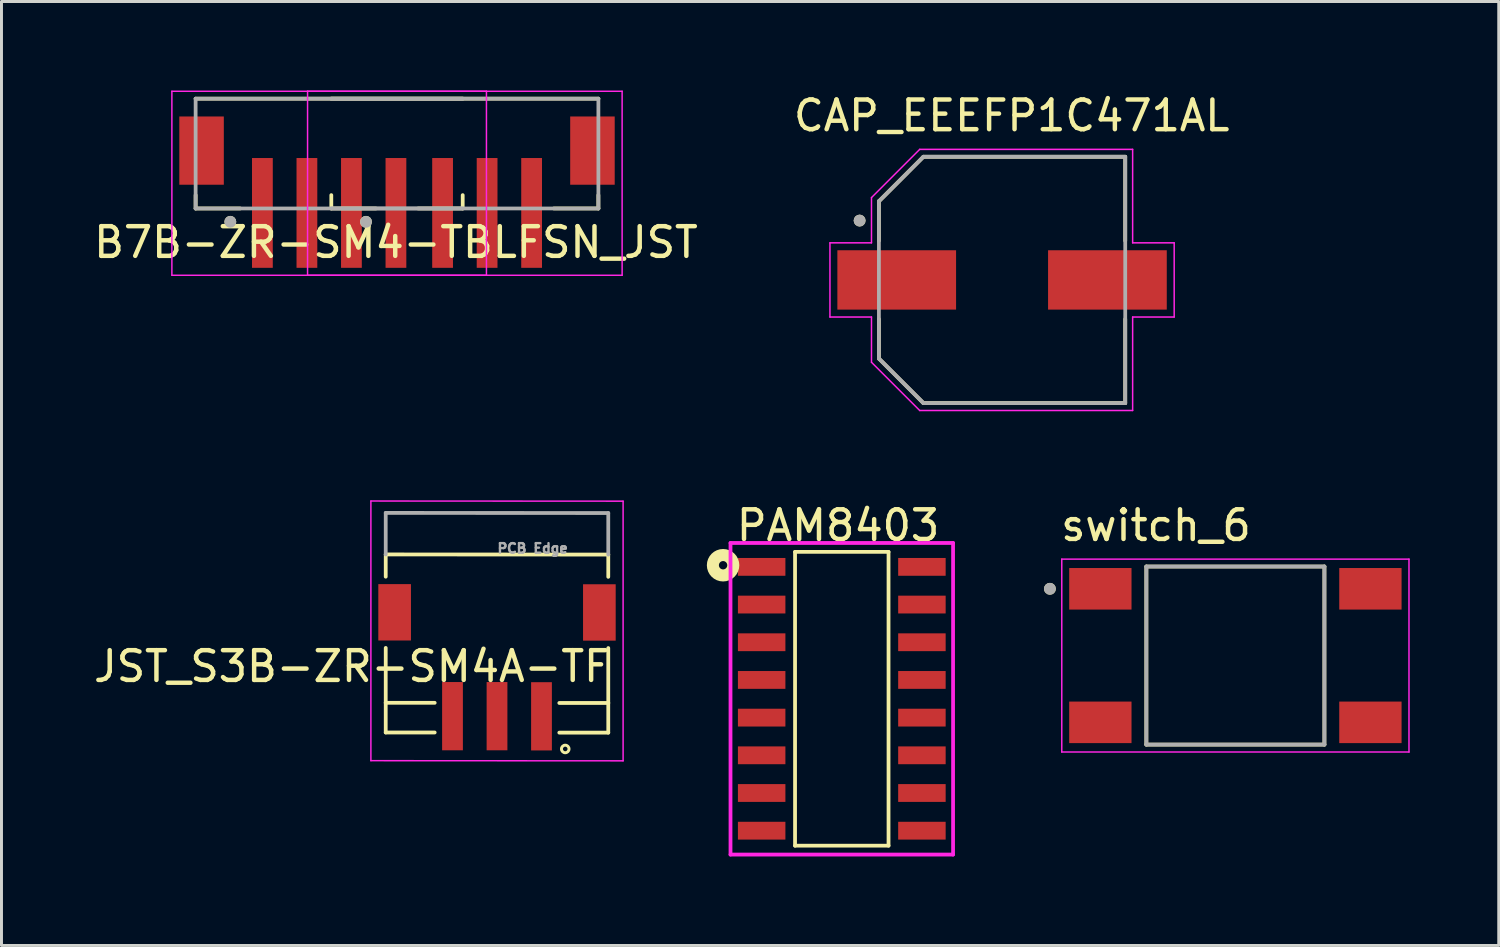
<source format=kicad_pcb>
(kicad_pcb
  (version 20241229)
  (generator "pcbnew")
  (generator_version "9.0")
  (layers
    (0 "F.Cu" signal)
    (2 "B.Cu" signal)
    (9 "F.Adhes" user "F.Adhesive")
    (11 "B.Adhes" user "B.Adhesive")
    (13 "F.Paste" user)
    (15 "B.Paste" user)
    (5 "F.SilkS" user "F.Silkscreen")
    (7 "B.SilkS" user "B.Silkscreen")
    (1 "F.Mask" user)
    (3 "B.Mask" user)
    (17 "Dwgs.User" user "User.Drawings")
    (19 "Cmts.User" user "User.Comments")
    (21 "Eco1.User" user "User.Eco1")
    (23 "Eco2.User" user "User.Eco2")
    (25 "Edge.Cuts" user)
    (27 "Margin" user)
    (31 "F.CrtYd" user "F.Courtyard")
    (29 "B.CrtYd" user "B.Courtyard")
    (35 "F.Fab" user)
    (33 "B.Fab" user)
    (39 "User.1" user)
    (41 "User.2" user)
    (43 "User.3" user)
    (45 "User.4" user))
  (footprint "PAM8403"
    (layer "F.Cu")
    (at 25.316 20.497)
    (property "Reference" "PAM8403" (at -0.125 -5.84 0) (layer "F.SilkS") (effects (font (size 1.001 1.001) (thickness 0.15))))
    (attr smd)
    (fp_line (start -1.575 -4.95) (end -1.575 4.95) (stroke (width 0.127) (type solid)) (layer "F.SilkS"))
    (fp_line (start -1.575 4.95) (end 1.575 4.95) (stroke (width 0.127) (type solid)) (layer "F.SilkS"))
    (fp_line (start 1.575 -4.95) (end -1.575 -4.95) (stroke (width 0.127) (type solid)) (layer "F.SilkS"))
    (fp_line (start 1.575 4.95) (end 1.575 -4.95) (stroke (width 0.127) (type solid)) (layer "F.SilkS"))
    (fp_circle (center -4 -4.5) (end -3.859 -4.5) (stroke (width 0.406) (type solid)) (fill no) (layer "F.SilkS"))
    (fp_line (start -3.75 -5.25) (end 3.75 -5.25) (stroke (width 0.127) (type solid)) (layer "F.CrtYd"))
    (fp_line (start -3.75 5.25) (end -3.75 -5.25) (stroke (width 0.127) (type solid)) (layer "F.CrtYd"))
    (fp_line (start 3.75 -5.25) (end 3.75 5.25) (stroke (width 0.127) (type solid)) (layer "F.CrtYd"))
    (fp_line (start 3.75 5.25) (end -3.75 5.25) (stroke (width 0.127) (type solid)) (layer "F.CrtYd"))
    (pad "1" smd rect (at -2.7 -4.445) (size 1.6 0.6) (layers "F.Cu" "F.Mask" "F.Paste"))
    (pad "2" smd rect (at -2.7 -3.175) (size 1.6 0.6) (layers "F.Cu" "F.Mask" "F.Paste"))
    (pad "3" smd rect (at -2.7 -1.905) (size 1.6 0.6) (layers "F.Cu" "F.Mask" "F.Paste"))
    (pad "4" smd rect (at -2.7 -0.635) (size 1.6 0.6) (layers "F.Cu" "F.Mask" "F.Paste"))
    (pad "5" smd rect (at -2.7 0.635) (size 1.6 0.6) (layers "F.Cu" "F.Mask" "F.Paste"))
    (pad "6" smd rect (at -2.7 1.905) (size 1.6 0.6) (layers "F.Cu" "F.Mask" "F.Paste"))
    (pad "7" smd rect (at -2.7 3.175) (size 1.6 0.6) (layers "F.Cu" "F.Mask" "F.Paste"))
    (pad "8" smd rect (at -2.7 4.445) (size 1.6 0.6) (layers "F.Cu" "F.Mask" "F.Paste"))
    (pad "9" smd rect (at 2.7 4.445) (size 1.6 0.6) (layers "F.Cu" "F.Mask" "F.Paste"))
    (pad "10" smd rect (at 2.7 3.175) (size 1.6 0.6) (layers "F.Cu" "F.Mask" "F.Paste"))
    (pad "11" smd rect (at 2.7 1.905) (size 1.6 0.6) (layers "F.Cu" "F.Mask" "F.Paste"))
    (pad "12" smd rect (at 2.7 0.635) (size 1.6 0.6) (layers "F.Cu" "F.Mask" "F.Paste"))
    (pad "13" smd rect (at 2.7 -0.635) (size 1.6 0.6) (layers "F.Cu" "F.Mask" "F.Paste"))
    (pad "14" smd rect (at 2.7 -1.905) (size 1.6 0.6) (layers "F.Cu" "F.Mask" "F.Paste"))
    (pad "15" smd rect (at 2.7 -3.175) (size 1.6 0.6) (layers "F.Cu" "F.Mask" "F.Paste"))
    (pad "16" smd rect (at 2.7 -4.445) (size 1.6 0.6) (layers "F.Cu" "F.Mask" "F.Paste")))
  (footprint "CAP_EEEFP1C471AL"
    (layer "F.Cu")
    (at 30.717 6.383)
    (property "Reference" "CAP_EEEFP1C471AL" (at 0.325 -5.535 0) (layer "F.SilkS") (effects (font (size 1 1) (thickness 0.15))))
    (attr smd)
    (fp_line (start -4.15 -2.65) (end -4.15 -1.32) (stroke (width 0.127) (type solid)) (layer "F.SilkS"))
    (fp_line (start -4.15 1.32) (end -4.15 2.65) (stroke (width 0.127) (type solid)) (layer "F.SilkS"))
    (fp_line (start -4.15 2.65) (end -2.65 4.15) (stroke (width 0.127) (type solid)) (layer "F.SilkS"))
    (fp_line (start -2.65 -4.15) (end -4.15 -2.65) (stroke (width 0.127) (type solid)) (layer "F.SilkS"))
    (fp_line (start -2.65 4.15) (end 4.15 4.15) (stroke (width 0.127) (type solid)) (layer "F.SilkS"))
    (fp_line (start 4.15 -4.15) (end -2.65 -4.15) (stroke (width 0.127) (type solid)) (layer "F.SilkS"))
    (fp_line (start 4.15 -1.32) (end 4.15 -4.15) (stroke (width 0.127) (type solid)) (layer "F.SilkS"))
    (fp_line (start 4.15 4.15) (end 4.15 1.32) (stroke (width 0.127) (type solid)) (layer "F.SilkS"))
    (fp_circle (center -4.8 -2) (end -4.7 -2) (stroke (width 0.2) (type solid)) (fill no) (layer "F.SilkS"))
    (fp_line (start -5.8 -1.25) (end -4.4 -1.25) (stroke (width 0.05) (type solid)) (layer "F.CrtYd"))
    (fp_line (start -5.8 1.25) (end -5.8 -1.25) (stroke (width 0.05) (type solid)) (layer "F.CrtYd"))
    (fp_line (start -4.4 -2.775) (end -2.775 -4.4) (stroke (width 0.05) (type solid)) (layer "F.CrtYd"))
    (fp_line (start -4.4 -1.25) (end -4.4 -2.775) (stroke (width 0.05) (type solid)) (layer "F.CrtYd"))
    (fp_line (start -4.4 1.25) (end -5.8 1.25) (stroke (width 0.05) (type solid)) (layer "F.CrtYd"))
    (fp_line (start -4.4 2.775) (end -4.4 1.25) (stroke (width 0.05) (type solid)) (layer "F.CrtYd"))
    (fp_line (start -2.775 -4.4) (end 4.4 -4.4) (stroke (width 0.05) (type solid)) (layer "F.CrtYd"))
    (fp_line (start -2.775 4.4) (end -4.4 2.775) (stroke (width 0.05) (type solid)) (layer "F.CrtYd"))
    (fp_line (start 4.4 -4.4) (end 4.4 -1.25) (stroke (width 0.05) (type solid)) (layer "F.CrtYd"))
    (fp_line (start 4.4 -1.25) (end 5.8 -1.25) (stroke (width 0.05) (type solid)) (layer "F.CrtYd"))
    (fp_line (start 4.4 1.25) (end 4.4 4.4) (stroke (width 0.05) (type solid)) (layer "F.CrtYd"))
    (fp_line (start 4.4 4.4) (end -2.775 4.4) (stroke (width 0.05) (type solid)) (layer "F.CrtYd"))
    (fp_line (start 5.8 -1.25) (end 5.8 1.25) (stroke (width 0.05) (type solid)) (layer "F.CrtYd"))
    (fp_line (start 5.8 1.25) (end 4.4 1.25) (stroke (width 0.05) (type solid)) (layer "F.CrtYd"))
    (fp_line (start -4.15 -2.65) (end -4.15 2.65) (stroke (width 0.127) (type solid)) (layer "F.Fab"))
    (fp_line (start -4.15 2.65) (end -2.65 4.15) (stroke (width 0.127) (type solid)) (layer "F.Fab"))
    (fp_line (start -2.65 -4.15) (end -4.15 -2.65) (stroke (width 0.127) (type solid)) (layer "F.Fab"))
    (fp_line (start -2.65 4.15) (end 4.15 4.15) (stroke (width 0.127) (type solid)) (layer "F.Fab"))
    (fp_line (start 4.15 -4.15) (end -2.65 -4.15) (stroke (width 0.127) (type solid)) (layer "F.Fab"))
    (fp_line (start 4.15 4.15) (end 4.15 -4.15) (stroke (width 0.127) (type solid)) (layer "F.Fab"))
    (fp_circle (center -4.8 -2) (end -4.7 -2) (stroke (width 0.2) (type solid)) (fill no) (layer "F.Fab"))
    (pad "1" smd rect (at -3.55 0) (size 4 2) (layers "F.Cu" "F.Mask" "F.Paste"))
    (pad "2" smd rect (at 3.55 0) (size 4 2) (layers "F.Cu" "F.Mask" "F.Paste")))
  (footprint "switch_6"
    (layer "F.Cu")
    (at 38.579 19.041)
    (property "Reference" "switch_6" (at -2.675 -4.385 0) (layer "F.SilkS") (effects (font (size 1 1) (thickness 0.15))))
    (attr smd)
    (fp_line (start -3 -3) (end -3 3) (stroke (width 0.127) (type solid)) (layer "F.SilkS"))
    (fp_line (start -3 3) (end 3 3) (stroke (width 0.127) (type solid)) (layer "F.SilkS"))
    (fp_line (start 3 -3) (end -3 -3) (stroke (width 0.127) (type solid)) (layer "F.SilkS"))
    (fp_line (start 3 3) (end 3 -3) (stroke (width 0.127) (type solid)) (layer "F.SilkS"))
    (fp_circle (center -6.25 -2.25) (end -6.15 -2.25) (stroke (width 0.2) (type solid)) (fill no) (layer "F.SilkS"))
    (fp_line (start -5.85 -3.25) (end -5.85 3.25) (stroke (width 0.05) (type solid)) (layer "F.CrtYd"))
    (fp_line (start -5.85 3.25) (end 5.85 3.25) (stroke (width 0.05) (type solid)) (layer "F.CrtYd"))
    (fp_line (start 5.85 -3.25) (end -5.85 -3.25) (stroke (width 0.05) (type solid)) (layer "F.CrtYd"))
    (fp_line (start 5.85 3.25) (end 5.85 -3.25) (stroke (width 0.05) (type solid)) (layer "F.CrtYd"))
    (fp_line (start -3 -3) (end -3 3) (stroke (width 0.127) (type solid)) (layer "F.Fab"))
    (fp_line (start -3 3) (end 3 3) (stroke (width 0.127) (type solid)) (layer "F.Fab"))
    (fp_line (start 3 -3) (end -3 -3) (stroke (width 0.127) (type solid)) (layer "F.Fab"))
    (fp_line (start 3 3) (end 3 -3) (stroke (width 0.127) (type solid)) (layer "F.Fab"))
    (fp_circle (center -6.25 -2.25) (end -6.15 -2.25) (stroke (width 0.2) (type solid)) (fill no) (layer "F.Fab"))
    (pad "1" smd rect (at -4.55 -2.25) (size 2.1 1.4) (layers "F.Cu" "F.Mask" "F.Paste"))
    (pad "2" smd rect (at -4.55 2.25) (size 2.1 1.4) (layers "F.Cu" "F.Mask" "F.Paste"))
    (pad "3" smd rect (at 4.55 -2.25) (size 2.1 1.4) (layers "F.Cu" "F.Mask" "F.Paste"))
    (pad "4" smd rect (at 4.55 2.25) (size 2.1 1.4) (layers "F.Cu" "F.Mask" "F.Paste")))
  (footprint "JST_S3B-ZR-SM4A-TF"
    (layer "F.Cu")
    (at 12.948 21.083)
    (property "Reference" "JST_S3B-ZR-SM4A-TF" (at -4.142 -1.678 180) (layer "F.SilkS") (effects (font (size 1.002 1.002) (thickness 0.15))))
    (attr smd)
    (fp_line (start -3 -5.45) (end 4.499 -5.445) (stroke (width 0.127) (type solid)) (layer "F.SilkS"))
    (fp_line (start -3 -4.7) (end -3 -5.45) (stroke (width 0.127) (type solid)) (layer "F.SilkS"))
    (fp_line (start -3 -0.45) (end -3 -2.3) (stroke (width 0.127) (type solid)) (layer "F.SilkS"))
    (fp_line (start -3 -0.45) (end -1.35 -0.45) (stroke (width 0.127) (type solid)) (layer "F.SilkS"))
    (fp_line (start -3 0.55) (end -3 -0.45) (stroke (width 0.127) (type solid)) (layer "F.SilkS"))
    (fp_line (start -1.35 0.55) (end -3 0.55) (stroke (width 0.127) (type solid)) (layer "F.SilkS"))
    (fp_line (start 2.849 -0.445) (end 4.499 -0.445) (stroke (width 0.127) (type solid)) (layer "F.SilkS"))
    (fp_line (start 4.499 -5.445) (end 4.499 -4.695) (stroke (width 0.127) (type solid)) (layer "F.SilkS"))
    (fp_line (start 4.499 -2.295) (end 4.499 -0.445) (stroke (width 0.127) (type solid)) (layer "F.SilkS"))
    (fp_line (start 4.499 -0.445) (end 4.499 0.555) (stroke (width 0.127) (type solid)) (layer "F.SilkS"))
    (fp_line (start 4.499 0.555) (end 2.849 0.555) (stroke (width 0.127) (type solid)) (layer "F.SilkS"))
    (fp_circle (center 3.049 1.105) (end 3.176 1.105) (stroke (width 0.1) (type solid)) (fill no) (layer "F.SilkS"))
    (fp_line (start -3.5 -7.25) (end -3.5 1.5) (stroke (width 0.05) (type solid)) (layer "F.CrtYd"))
    (fp_line (start -3.5 1.5) (end 4.999 1.505) (stroke (width 0.05) (type solid)) (layer "F.CrtYd"))
    (fp_line (start 4.999 -7.245) (end -3.5 -7.25) (stroke (width 0.05) (type solid)) (layer "F.CrtYd"))
    (fp_line (start 4.999 1.505) (end 4.999 -7.245) (stroke (width 0.05) (type solid)) (layer "F.CrtYd"))
    (fp_line (start -3 -6.85) (end -3 -5.45) (stroke (width 0.127) (type solid)) (layer "F.Fab"))
    (fp_line (start -3 -6.85) (end 4.499 -6.845) (stroke (width 0.127) (type solid)) (layer "F.Fab"))
    (fp_line (start 4.499 -6.845) (end 4.499 -5.445) (stroke (width 0.127) (type solid)) (layer "F.Fab"))
    (fp_text user "PCB Edge" (at 1.95 -5.655 0) (layer "F.Fab") (effects (font (size 0.321 0.321) (thickness 0.15))))
    (pad "1" smd rect (at 2.249 0.005) (size 0.7 2.3) (layers "F.Cu" "F.Mask" "F.Paste"))
    (pad "2" smd rect (at 0.75 0) (size 0.7 2.3) (layers "F.Cu" "F.Mask" "F.Paste"))
    (pad "3" smd rect (at -0.75 0) (size 0.7 2.3) (layers "F.Cu" "F.Mask" "F.Paste"))
    (pad "P1" smd rect (at 4.199 -3.495) (size 1.1 1.9) (layers "F.Cu" "F.Mask" "F.Paste"))
    (pad "P2" smd rect (at -2.7 -3.5) (size 1.1 1.9) (layers "F.Cu" "F.Mask" "F.Paste")))
  (footprint "B7B-ZR-SM4-TBLFSN_JST"
    (layer "F.Cu")
    (at 10.292 3.871)
    (property "Reference" "B7B-ZR-SM4-TBLFSN_JST" (at 0 1.245 0) (unlocked yes) (layer "F.SilkS") (effects (font (size 1 1) (thickness 0.15))))
    (attr smd)
    (fp_line (start -6.75 -3.596) (end 2.25 -3.596) (stroke (width 0.127) (type solid)) (layer "F.SilkS"))
    (fp_line (start -6.75 -0.346) (end -6.75 0.104) (stroke (width 0.127) (type solid)) (layer "F.SilkS"))
    (fp_line (start -6.75 0.104) (end -5.25 0.104) (stroke (width 0.127) (type solid)) (layer "F.SilkS"))
    (fp_line (start -2.178 -3.596) (end 6.822 -3.596) (stroke (width 0.127) (type solid)) (layer "F.SilkS"))
    (fp_line (start -2.178 -0.346) (end -2.178 0.104) (stroke (width 0.127) (type solid)) (layer "F.SilkS"))
    (fp_line (start -2.178 0.104) (end -0.678 0.104) (stroke (width 0.127) (type solid)) (layer "F.SilkS"))
    (fp_line (start 2.25 -0.346) (end 2.25 0.104) (stroke (width 0.127) (type solid)) (layer "F.SilkS"))
    (fp_line (start 2.25 0.104) (end 0.75 0.104) (stroke (width 0.127) (type solid)) (layer "F.SilkS"))
    (fp_line (start 6.822 -0.346) (end 6.822 0.104) (stroke (width 0.127) (type solid)) (layer "F.SilkS"))
    (fp_line (start 6.822 0.104) (end 5.322 0.104) (stroke (width 0.127) (type solid)) (layer "F.SilkS"))
    (fp_circle (center -5.581 0.554) (end -5.481 0.554) (stroke (width 0.2) (type solid)) (fill no) (layer "F.SilkS"))
    (fp_circle (center -1.009 0.554) (end -0.909 0.554) (stroke (width 0.2) (type solid)) (fill no) (layer "F.SilkS"))
    (fp_line (start -7.55 -3.846) (end 3.05 -3.846) (stroke (width 0.05) (type solid)) (layer "F.CrtYd"))
    (fp_line (start -7.55 2.354) (end -7.55 -3.846) (stroke (width 0.05) (type solid)) (layer "F.CrtYd"))
    (fp_line (start -2.978 -3.846) (end 7.622 -3.846) (stroke (width 0.05) (type solid)) (layer "F.CrtYd"))
    (fp_line (start -2.978 2.354) (end -2.978 -3.846) (stroke (width 0.05) (type solid)) (layer "F.CrtYd"))
    (fp_line (start 3.05 -3.846) (end 3.05 2.354) (stroke (width 0.05) (type solid)) (layer "F.CrtYd"))
    (fp_line (start 3.05 2.354) (end -7.55 2.354) (stroke (width 0.05) (type solid)) (layer "F.CrtYd"))
    (fp_line (start 7.622 -3.846) (end 7.622 2.354) (stroke (width 0.05) (type solid)) (layer "F.CrtYd"))
    (fp_line (start 7.622 2.354) (end -2.978 2.354) (stroke (width 0.05) (type solid)) (layer "F.CrtYd"))
    (fp_line (start -6.75 -3.596) (end 2.25 -3.596) (stroke (width 0.127) (type solid)) (layer "F.Fab"))
    (fp_line (start -6.75 0.104) (end -6.75 -3.596) (stroke (width 0.127) (type solid)) (layer "F.Fab"))
    (fp_line (start -2.178 -3.596) (end 6.822 -3.596) (stroke (width 0.127) (type solid)) (layer "F.Fab"))
    (fp_line (start 2.25 0.104) (end -6.75 0.104) (stroke (width 0.127) (type solid)) (layer "F.Fab"))
    (fp_line (start 6.822 -3.596) (end 6.822 0.104) (stroke (width 0.127) (type solid)) (layer "F.Fab"))
    (fp_line (start 6.822 0.104) (end -2.178 0.104) (stroke (width 0.127) (type solid)) (layer "F.Fab"))
    (fp_circle (center -5.581 0.554) (end -5.481 0.554) (stroke (width 0.2) (type solid)) (fill no) (layer "F.Fab"))
    (fp_circle (center -1.009 0.554) (end -0.909 0.554) (stroke (width 0.2) (type solid)) (fill no) (layer "F.Fab"))
    (pad "1" smd rect (at -4.5 0.254 180) (size 0.7 3.7) (layers "F.Cu" "F.Mask" "F.Paste"))
    (pad "2" smd rect (at -3 0.254 180) (size 0.7 3.7) (layers "F.Cu" "F.Mask" "F.Paste"))
    (pad "3" smd rect (at -1.5 0.254 180) (size 0.7 3.7) (layers "F.Cu" "F.Mask" "F.Paste"))
    (pad "4" smd rect (at 0 0.254 180) (size 0.7 3.7) (layers "F.Cu" "F.Mask" "F.Paste"))
    (pad "5" smd rect (at 1.572 0.254 180) (size 0.7 3.7) (layers "F.Cu" "F.Mask" "F.Paste"))
    (pad "6" smd rect (at 3.072 0.254 180) (size 0.7 3.7) (layers "F.Cu" "F.Mask" "F.Paste"))
    (pad "7" smd rect (at 4.572 0.254 180) (size 0.7 3.7) (layers "F.Cu" "F.Mask" "F.Paste"))
    (pad "S1" smd rect (at 6.622 -1.846 180) (size 1.5 2.3) (layers "F.Cu" "F.Mask" "F.Paste"))
    (pad "S2" smd rect (at -6.55 -1.846 180) (size 1.5 2.3) (layers "F.Cu" "F.Mask" "F.Paste")))
  (gr_rect
    (start -3 -3)
    (end 47.454 28.81)
    (stroke (width 0.1) (type default))
    (fill no)
    (layer "Edge.Cuts")))
</source>
